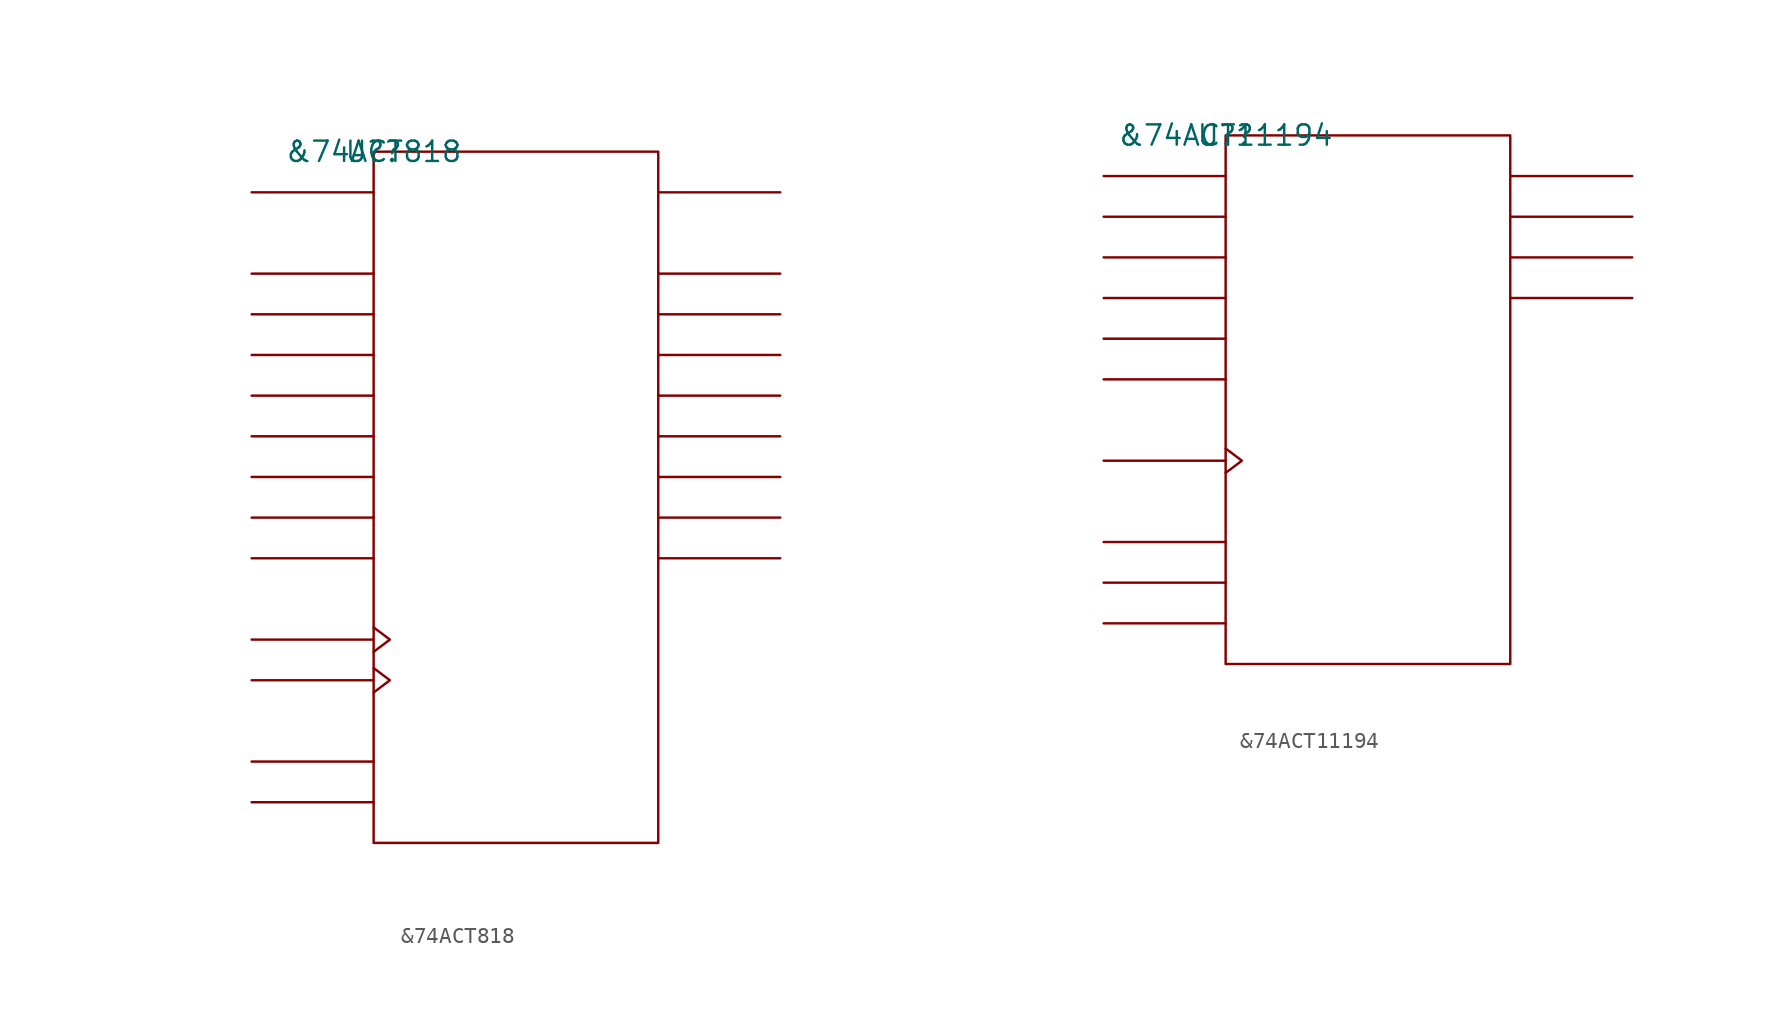
<source format=kicad_sym>
(kicad_symbol_lib
  (version 20211014)
  (generator kicad_symbol_editor)
  (symbol "&74ACT818"
    (pin_names
      (offset 0.762))
    (property "Reference" "U?"
      (at 0 0 0)
      (effects (font (size 1.27 1.27))))
    (property "Value" "&74ACT818"
      (at 0 0 0)
      (effects (font (size 1.27 1.27))))
    (symbol "&74ACT818_0_1"
      (rectangle (start 0 -43.18) (end 17.78 0) (stroke (width 0) (type default) (color 0 0 0 0)) (fill (type none)))
      (polyline (pts (xy 0 -40.64) (xy -7.62 -40.64)) (stroke (width 0) (type default) (color 0 0 0 0)) (fill (type none)))
      (polyline (pts (xy 0 -38.1) (xy -7.62 -38.1)) (stroke (width 0) (type default) (color 0 0 0 0)) (fill (type none)))
      (polyline (pts (xy 0 -33.02) (xy -7.62 -33.02)) (stroke (width 0) (type default) (color 0 0 0 0)) (fill (type none)))
      (polyline (pts (xy 0 -30.48) (xy -7.62 -30.48)) (stroke (width 0) (type default) (color 0 0 0 0)) (fill (type none)))
      (polyline (pts (xy 0 -25.4) (xy -7.62 -25.4)) (stroke (width 0) (type default) (color 0 0 0 0)) (fill (type none)))
      (polyline (pts (xy 0 -22.86) (xy -7.62 -22.86)) (stroke (width 0) (type default) (color 0 0 0 0)) (fill (type none)))
      (polyline (pts (xy 0 -20.32) (xy -7.62 -20.32)) (stroke (width 0) (type default) (color 0 0 0 0)) (fill (type none)))
      (polyline (pts (xy 0 -17.78) (xy -7.62 -17.78)) (stroke (width 0) (type default) (color 0 0 0 0)) (fill (type none)))
      (polyline (pts (xy 0 -15.24) (xy -7.62 -15.24)) (stroke (width 0) (type default) (color 0 0 0 0)) (fill (type none)))
      (polyline (pts (xy 0 -12.7) (xy -7.62 -12.7)) (stroke (width 0) (type default) (color 0 0 0 0)) (fill (type none)))
      (polyline (pts (xy 0 -10.16) (xy -7.62 -10.16)) (stroke (width 0) (type default) (color 0 0 0 0)) (fill (type none)))
      (polyline (pts (xy 0 -7.62) (xy -7.62 -7.62)) (stroke (width 0) (type default) (color 0 0 0 0)) (fill (type none)))
      (polyline (pts (xy 0 -2.54) (xy -7.62 -2.54)) (stroke (width 0) (type default) (color 0 0 0 0)) (fill (type none)))
      (polyline (pts (xy 17.78 -25.4) (xy 25.4 -25.4)) (stroke (width 0) (type default) (color 0 0 0 0)) (fill (type none)))
      (polyline (pts (xy 17.78 -22.86) (xy 25.4 -22.86)) (stroke (width 0) (type default) (color 0 0 0 0)) (fill (type none)))
      (polyline (pts (xy 17.78 -20.32) (xy 25.4 -20.32)) (stroke (width 0) (type default) (color 0 0 0 0)) (fill (type none)))
      (polyline (pts (xy 17.78 -17.78) (xy 25.4 -17.78)) (stroke (width 0) (type default) (color 0 0 0 0)) (fill (type none)))
      (polyline (pts (xy 17.78 -15.24) (xy 25.4 -15.24)) (stroke (width 0) (type default) (color 0 0 0 0)) (fill (type none)))
      (polyline (pts (xy 17.78 -12.7) (xy 25.4 -12.7)) (stroke (width 0) (type default) (color 0 0 0 0)) (fill (type none)))
      (polyline (pts (xy 17.78 -10.16) (xy 25.4 -10.16)) (stroke (width 0) (type default) (color 0 0 0 0)) (fill (type none)))
      (polyline (pts (xy 17.78 -7.62) (xy 25.4 -7.62)) (stroke (width 0) (type default) (color 0 0 0 0)) (fill (type none)))
      (polyline (pts (xy 17.78 -2.54) (xy 25.4 -2.54)) (stroke (width 0) (type default) (color 0 0 0 0)) (fill (type none)))
      (polyline (pts (xy 0 -32.258) (xy 1.016 -33.02) (xy 0 -33.782)) (stroke (width 0) (type default) (color 0 0 0 0)) (fill (type none)))
      (polyline (pts (xy 0 -29.718) (xy 1.016 -30.48) (xy 0 -31.242)) (stroke (width 0) (type default) (color 0 0 0 0)) (fill (type none))))
    (symbol "&74ACT818_1_1"
      (pin unspecified line (at -7.62 -40.64 0) (length 7.62) hide (name "O\\E\\Y\\" (effects (font (size 1.245 1.245)))) (number "1" (effects (font (size 1.245 1.245)))))
      (pin unspecified line (at -7.62 -25.4 0) (length 7.62) hide (name "DQ7" (effects (font (size 1.245 1.245)))) (number "10" (effects (font (size 1.245 1.245)))))
      (pin unspecified line (at -7.62 -2.54 0) (length 7.62) hide (name "SDI" (effects (font (size 1.245 1.245)))) (number "11" (effects (font (size 1.245 1.245)))))
      (pin power_in line (at 10.16 -43.18 180) (length 7.62) hide (name "GND" (effects (font (size 1.245 1.245)))) (number "12" (effects (font (size 1.245 1.245)))))
      (pin unspecified line (at -7.62 -33.02 180) (length 7.62) hide (name "PCLK" (effects (font (size 1.245 1.245)))) (number "13" (effects (font (size 1.245 1.245)))))
      (pin unspecified line (at 25.4 -2.54 180) (length 7.62) hide (name "SDO" (effects (font (size 1.245 1.245)))) (number "14" (effects (font (size 1.245 1.245)))))
      (pin unspecified line (at 25.4 -25.4 180) (length 7.62) hide (name "Y7" (effects (font (size 1.245 1.245)))) (number "15" (effects (font (size 1.245 1.245)))))
      (pin unspecified line (at 25.4 -22.86 180) (length 7.62) hide (name "Y6" (effects (font (size 1.245 1.245)))) (number "16" (effects (font (size 1.245 1.245)))))
      (pin unspecified line (at 25.4 -20.32 180) (length 7.62) hide (name "Y5" (effects (font (size 1.245 1.245)))) (number "17" (effects (font (size 1.245 1.245)))))
      (pin unspecified line (at 25.4 -17.78 180) (length 7.62) hide (name "Y4" (effects (font (size 1.245 1.245)))) (number "18" (effects (font (size 1.245 1.245)))))
      (pin unspecified line (at 25.4 -15.24 180) (length 7.62) hide (name "Y3" (effects (font (size 1.245 1.245)))) (number "19" (effects (font (size 1.245 1.245)))))
      (pin unspecified line (at -7.62 -30.48 180) (length 7.62) hide (name "DCLK" (effects (font (size 1.245 1.245)))) (number "2" (effects (font (size 1.245 1.245)))))
      (pin unspecified line (at 25.4 -12.7 180) (length 7.62) hide (name "Y2" (effects (font (size 1.245 1.245)))) (number "20" (effects (font (size 1.245 1.245)))))
      (pin unspecified line (at 25.4 -10.16 180) (length 7.62) hide (name "Y1" (effects (font (size 1.245 1.245)))) (number "21" (effects (font (size 1.245 1.245)))))
      (pin unspecified line (at 25.4 -7.62 180) (length 7.62) hide (name "Y0" (effects (font (size 1.245 1.245)))) (number "22" (effects (font (size 1.245 1.245)))))
      (pin unspecified line (at -7.62 -38.1 0) (length 7.62) hide (name "MODE" (effects (font (size 1.245 1.245)))) (number "23" (effects (font (size 1.245 1.245)))))
      (pin power_in line (at 7.62 0 180) (length 7.62) hide (name "VCC" (effects (font (size 1.245 1.245)))) (number "24" (effects (font (size 1.245 1.245)))))
      (pin unspecified line (at -7.62 -7.62 0) (length 7.62) hide (name "DQ0" (effects (font (size 1.245 1.245)))) (number "3" (effects (font (size 1.245 1.245)))))
      (pin unspecified line (at -7.62 -10.16 0) (length 7.62) hide (name "DQ1" (effects (font (size 1.245 1.245)))) (number "4" (effects (font (size 1.245 1.245)))))
      (pin unspecified line (at -7.62 -12.7 0) (length 7.62) hide (name "DQ2" (effects (font (size 1.245 1.245)))) (number "5" (effects (font (size 1.245 1.245)))))
      (pin unspecified line (at -7.62 -15.24 0) (length 7.62) hide (name "DQ3" (effects (font (size 1.245 1.245)))) (number "6" (effects (font (size 1.245 1.245)))))
      (pin unspecified line (at -7.62 -17.78 0) (length 7.62) hide (name "DQ4" (effects (font (size 1.245 1.245)))) (number "7" (effects (font (size 1.245 1.245)))))
      (pin unspecified line (at -7.62 -20.32 0) (length 7.62) hide (name "DQ5" (effects (font (size 1.245 1.245)))) (number "8" (effects (font (size 1.245 1.245)))))
      (pin unspecified line (at -7.62 -22.86 0) (length 7.62) hide (name "DQ6" (effects (font (size 1.245 1.245)))) (number "9" (effects (font (size 1.245 1.245)))))))
  (symbol "&74ACT11194"
    (pin_names
      (offset 0.762))
    (property "Reference" "U?"
      (at 0 0 0)
      (effects (font (size 1.27 1.27))))
    (property "Value" "&74ACT11194"
      (at 0 0 0)
      (effects (font (size 1.27 1.27))))
    (symbol "&74ACT11194_0_1"
      (rectangle (start 0 -33.02) (end 17.78 0) (stroke (width 0) (type default) (color 0 0 0 0)) (fill (type none)))
      (polyline (pts (xy 0 -30.48) (xy -7.62 -30.48)) (stroke (width 0) (type default) (color 0 0 0 0)) (fill (type none)))
      (polyline (pts (xy 0 -27.94) (xy -7.62 -27.94)) (stroke (width 0) (type default) (color 0 0 0 0)) (fill (type none)))
      (polyline (pts (xy 0 -25.4) (xy -7.62 -25.4)) (stroke (width 0) (type default) (color 0 0 0 0)) (fill (type none)))
      (polyline (pts (xy 0 -20.32) (xy -7.62 -20.32)) (stroke (width 0) (type default) (color 0 0 0 0)) (fill (type none)))
      (polyline (pts (xy 0 -15.24) (xy -7.62 -15.24)) (stroke (width 0) (type default) (color 0 0 0 0)) (fill (type none)))
      (polyline (pts (xy 0 -12.7) (xy -7.62 -12.7)) (stroke (width 0) (type default) (color 0 0 0 0)) (fill (type none)))
      (polyline (pts (xy 0 -10.16) (xy -7.62 -10.16)) (stroke (width 0) (type default) (color 0 0 0 0)) (fill (type none)))
      (polyline (pts (xy 0 -7.62) (xy -7.62 -7.62)) (stroke (width 0) (type default) (color 0 0 0 0)) (fill (type none)))
      (polyline (pts (xy 0 -5.08) (xy -7.62 -5.08)) (stroke (width 0) (type default) (color 0 0 0 0)) (fill (type none)))
      (polyline (pts (xy 0 -2.54) (xy -7.62 -2.54)) (stroke (width 0) (type default) (color 0 0 0 0)) (fill (type none)))
      (polyline (pts (xy 17.78 -10.16) (xy 25.4 -10.16)) (stroke (width 0) (type default) (color 0 0 0 0)) (fill (type none)))
      (polyline (pts (xy 17.78 -7.62) (xy 25.4 -7.62)) (stroke (width 0) (type default) (color 0 0 0 0)) (fill (type none)))
      (polyline (pts (xy 17.78 -5.08) (xy 25.4 -5.08)) (stroke (width 0) (type default) (color 0 0 0 0)) (fill (type none)))
      (polyline (pts (xy 17.78 -2.54) (xy 25.4 -2.54)) (stroke (width 0) (type default) (color 0 0 0 0)) (fill (type none)))
      (polyline (pts (xy 0 -19.558) (xy 1.016 -20.32) (xy 0 -21.082)) (stroke (width 0) (type default) (color 0 0 0 0)) (fill (type none))))
    (symbol "&74ACT11194_1_1"
      (pin unspecified line (at -7.62 -2.54 0) (length 7.62) hide (name "SR" (effects (font (size 1.245 1.245)))) (number "1" (effects (font (size 1.245 1.245)))))
      (pin unspecified line (at -7.62 -15.24 0) (length 7.62) hide (name "SL" (effects (font (size 1.245 1.245)))) (number "10" (effects (font (size 1.245 1.245)))))
      (pin unspecified line (at -7.62 -20.32 180) (length 7.62) hide (name "CLK" (effects (font (size 1.245 1.245)))) (number "11" (effects (font (size 1.245 1.245)))))
      (pin unspecified line (at -7.62 -25.4 0) (length 7.62) hide (name "C\\L\\R\\" (effects (font (size 1.245 1.245)))) (number "12" (effects (font (size 1.245 1.245)))))
      (pin unspecified line (at -7.62 -12.7 0) (length 7.62) hide (name "D" (effects (font (size 1.245 1.245)))) (number "13" (effects (font (size 1.245 1.245)))))
      (pin unspecified line (at -7.62 -10.16 0) (length 7.62) hide (name "C" (effects (font (size 1.245 1.245)))) (number "14" (effects (font (size 1.245 1.245)))))
      (pin power_in line (at 7.62 0 180) (length 7.62) hide (name "VCC" (effects (font (size 1.245 1.245)))) (number "15" (effects (font (size 1.245 1.245)))))
      (pin power_in line (at 5.08 0 180) (length 7.62) hide (name "VCC" (effects (font (size 1.245 1.245)))) (number "16" (effects (font (size 1.245 1.245)))))
      (pin unspecified line (at -7.62 -7.62 0) (length 7.62) hide (name "B" (effects (font (size 1.245 1.245)))) (number "17" (effects (font (size 1.245 1.245)))))
      (pin unspecified line (at -7.62 -5.08 0) (length 7.62) hide (name "A" (effects (font (size 1.245 1.245)))) (number "18" (effects (font (size 1.245 1.245)))))
      (pin unspecified line (at -7.62 -30.48 0) (length 7.62) hide (name "S1" (effects (font (size 1.245 1.245)))) (number "19" (effects (font (size 1.245 1.245)))))
      (pin unspecified line (at 25.4 -2.54 180) (length 7.62) hide (name "QA" (effects (font (size 1.245 1.245)))) (number "2" (effects (font (size 1.245 1.245)))))
      (pin unspecified line (at -7.62 -27.94 0) (length 7.62) hide (name "S0" (effects (font (size 1.245 1.245)))) (number "20" (effects (font (size 1.245 1.245)))))
      (pin unspecified line (at 25.4 -5.08 180) (length 7.62) hide (name "QB" (effects (font (size 1.245 1.245)))) (number "3" (effects (font (size 1.245 1.245)))))
      (pin power_in line (at 7.62 -33.02 180) (length 7.62) hide (name "GND" (effects (font (size 1.245 1.245)))) (number "4" (effects (font (size 1.245 1.245)))))
      (pin power_in line (at 10.16 -33.02 180) (length 7.62) hide (name "GND" (effects (font (size 1.245 1.245)))) (number "5" (effects (font (size 1.245 1.245)))))
      (pin power_in line (at 12.7 -33.02 180) (length 7.62) hide (name "GND" (effects (font (size 1.245 1.245)))) (number "6" (effects (font (size 1.245 1.245)))))
      (pin power_in line (at 15.24 -33.02 180) (length 7.62) hide (name "GND" (effects (font (size 1.245 1.245)))) (number "7" (effects (font (size 1.245 1.245)))))
      (pin unspecified line (at 25.4 -7.62 180) (length 7.62) hide (name "QC" (effects (font (size 1.245 1.245)))) (number "8" (effects (font (size 1.245 1.245)))))
      (pin unspecified line (at 25.4 -10.16 180) (length 7.62) hide (name "QD" (effects (font (size 1.245 1.245)))) (number "9" (effects (font (size 1.245 1.245))))))))
</source>
